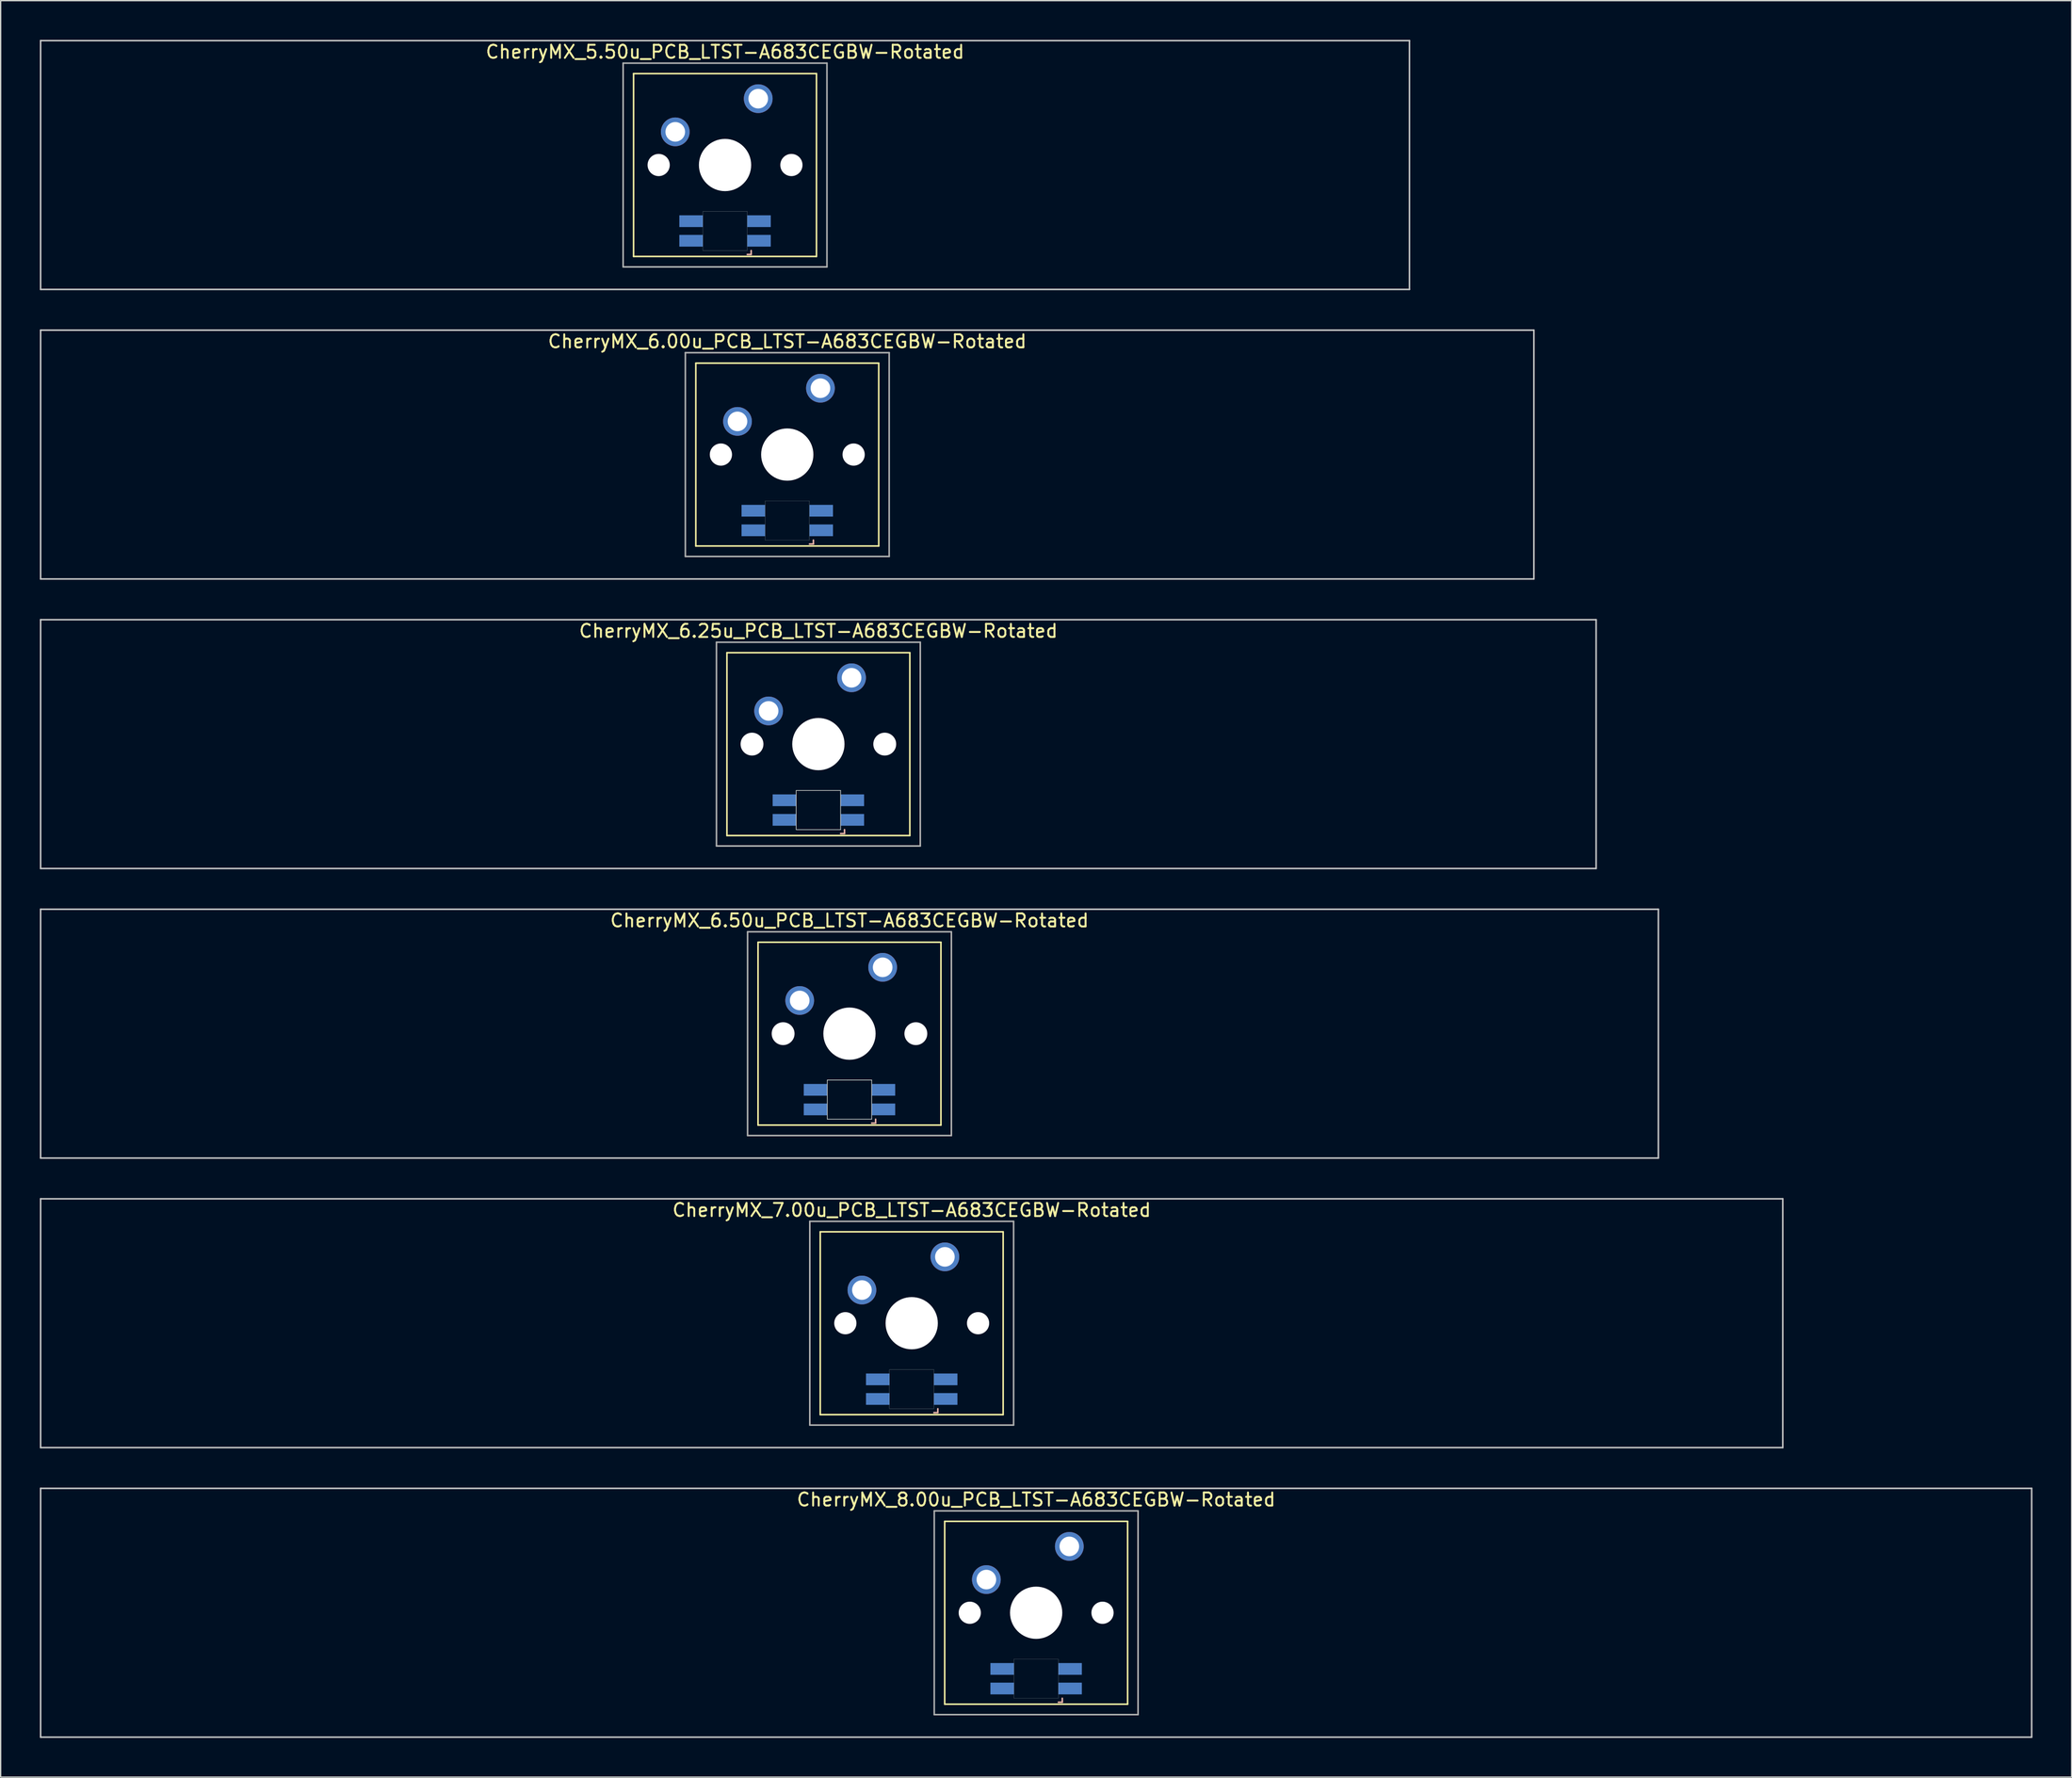
<source format=kicad_pcb>
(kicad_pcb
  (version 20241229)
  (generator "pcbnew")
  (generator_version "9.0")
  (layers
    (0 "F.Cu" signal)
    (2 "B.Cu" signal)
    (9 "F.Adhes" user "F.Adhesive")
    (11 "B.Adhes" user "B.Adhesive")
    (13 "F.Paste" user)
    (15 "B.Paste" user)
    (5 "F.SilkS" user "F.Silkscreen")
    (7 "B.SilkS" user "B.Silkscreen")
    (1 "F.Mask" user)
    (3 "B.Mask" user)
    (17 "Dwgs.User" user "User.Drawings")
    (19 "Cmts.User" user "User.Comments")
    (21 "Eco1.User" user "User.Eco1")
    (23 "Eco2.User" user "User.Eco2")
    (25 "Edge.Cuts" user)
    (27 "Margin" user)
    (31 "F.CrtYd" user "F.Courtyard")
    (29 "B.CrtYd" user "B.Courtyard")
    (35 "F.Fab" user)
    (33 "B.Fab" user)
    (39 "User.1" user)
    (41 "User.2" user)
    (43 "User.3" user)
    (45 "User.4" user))
  (footprint "CherryMX_7.00u_PCB_LTST-A683CEGBW-Rotated"
    (layer "F.Cu")
    (at 66.735 98.265)
    (property "Reference" "CherryMX_7.00u_PCB_LTST-A683CEGBW-Rotated" (at 0 -8.662 0) (layer "F.SilkS") (effects (font (size 1 1) (thickness 0.15))))
    (attr through_hole)
    (fp_line (start -7 -7) (end -7 7) (stroke (width 0.12) (type solid)) (layer "F.SilkS"))
    (fp_line (start -7 -7) (end 7 -7) (stroke (width 0.12) (type solid)) (layer "F.SilkS"))
    (fp_line (start 7 -7) (end 7 7) (stroke (width 0.12) (type solid)) (layer "F.SilkS"))
    (fp_line (start 7 7) (end -7 7) (stroke (width 0.12) (type solid)) (layer "F.SilkS"))
    (fp_line (start 1.7 6.85) (end 2 6.85) (stroke (width 0.12) (type solid)) (layer "B.SilkS"))
    (fp_line (start 2 6.85) (end 2 6.55) (stroke (width 0.12) (type solid)) (layer "B.SilkS"))
    (fp_line (start -66.675 -9.525) (end 66.675 -9.525) (stroke (width 0.12) (type solid)) (layer "Dwgs.User"))
    (fp_line (start -66.675 9.525) (end -66.675 -9.525) (stroke (width 0.12) (type solid)) (layer "Dwgs.User"))
    (fp_line (start 66.675 -9.525) (end 66.675 9.525) (stroke (width 0.12) (type solid)) (layer "Dwgs.User"))
    (fp_line (start 66.675 9.525) (end -66.675 9.525) (stroke (width 0.12) (type solid)) (layer "Dwgs.User"))
    (fp_poly (pts (xy -1.7 3.55) (xy 1.7 3.55) (xy 1.7 6.55) (xy -1.7 6.55)) (stroke (width 0.01) (type solid)) (fill no) (layer "Edge.Cuts"))
    (fp_line (start -7.8 -7.8) (end -7.8 7.8) (stroke (width 0.12) (type solid)) (layer "F.Fab"))
    (fp_line (start -7.8 -7.8) (end 7.8 -7.8) (stroke (width 0.12) (type solid)) (layer "F.Fab"))
    (fp_line (start -7.8 7.8) (end 7.8 7.8) (stroke (width 0.12) (type solid)) (layer "F.Fab"))
    (fp_line (start 7.8 -7.8) (end 7.8 7.8) (stroke (width 0.12) (type solid)) (layer "F.Fab"))
    (pad "" np_thru_hole circle (at -5.08 0) (size 1.7 1.7) (drill 1.7) (layers "*.Cu" "*.Mask"))
    (pad "" np_thru_hole circle (at 0 0) (size 4 4) (drill 4) (layers "*.Cu" "*.Mask"))
    (pad "" np_thru_hole circle (at 5.08 0) (size 1.7 1.7) (drill 1.7) (layers "*.Cu" "*.Mask"))
    (pad "1" thru_hole circle (at -3.81 -2.54) (size 2.2 2.2) (drill 1.5) (layers "*.Cu" "*.Mask"))
    (pad "2" thru_hole circle (at 2.54 -5.08) (size 2.2 2.2) (drill 1.5) (layers "*.Cu" "*.Mask"))
    (pad "3" smd rect (at 2.6 5.8 180) (size 1.8 0.9) (layers "B.Cu" "B.Mask" "B.Paste"))
    (pad "4" smd rect (at 2.6 4.3 180) (size 1.8 0.9) (layers "B.Cu" "B.Mask" "B.Paste"))
    (pad "5" smd rect (at -2.6 5.8 180) (size 1.8 0.9) (layers "B.Cu" "B.Mask" "B.Paste"))
    (pad "6" smd rect (at -2.6 4.3 180) (size 1.8 0.9) (layers "B.Cu" "B.Mask" "B.Paste")))
  (footprint "CherryMX_6.00u_PCB_LTST-A683CEGBW-Rotated"
    (layer "F.Cu")
    (at 57.21 31.755)
    (property "Reference" "CherryMX_6.00u_PCB_LTST-A683CEGBW-Rotated" (at 0 -8.662 0) (layer "F.SilkS") (effects (font (size 1 1) (thickness 0.15))))
    (attr through_hole)
    (fp_line (start -7 -7) (end -7 7) (stroke (width 0.12) (type solid)) (layer "F.SilkS"))
    (fp_line (start -7 -7) (end 7 -7) (stroke (width 0.12) (type solid)) (layer "F.SilkS"))
    (fp_line (start 7 -7) (end 7 7) (stroke (width 0.12) (type solid)) (layer "F.SilkS"))
    (fp_line (start 7 7) (end -7 7) (stroke (width 0.12) (type solid)) (layer "F.SilkS"))
    (fp_line (start 1.7 6.85) (end 2 6.85) (stroke (width 0.12) (type solid)) (layer "B.SilkS"))
    (fp_line (start 2 6.85) (end 2 6.55) (stroke (width 0.12) (type solid)) (layer "B.SilkS"))
    (fp_line (start -57.15 -9.525) (end 57.15 -9.525) (stroke (width 0.12) (type solid)) (layer "Dwgs.User"))
    (fp_line (start -57.15 9.525) (end -57.15 -9.525) (stroke (width 0.12) (type solid)) (layer "Dwgs.User"))
    (fp_line (start 57.15 -9.525) (end 57.15 9.525) (stroke (width 0.12) (type solid)) (layer "Dwgs.User"))
    (fp_line (start 57.15 9.525) (end -57.15 9.525) (stroke (width 0.12) (type solid)) (layer "Dwgs.User"))
    (fp_poly (pts (xy -1.7 3.55) (xy 1.7 3.55) (xy 1.7 6.55) (xy -1.7 6.55)) (stroke (width 0.01) (type solid)) (fill no) (layer "Edge.Cuts"))
    (fp_line (start -7.8 -7.8) (end -7.8 7.8) (stroke (width 0.12) (type solid)) (layer "F.Fab"))
    (fp_line (start -7.8 -7.8) (end 7.8 -7.8) (stroke (width 0.12) (type solid)) (layer "F.Fab"))
    (fp_line (start -7.8 7.8) (end 7.8 7.8) (stroke (width 0.12) (type solid)) (layer "F.Fab"))
    (fp_line (start 7.8 -7.8) (end 7.8 7.8) (stroke (width 0.12) (type solid)) (layer "F.Fab"))
    (pad "" np_thru_hole circle (at -5.08 0) (size 1.7 1.7) (drill 1.7) (layers "*.Cu" "*.Mask"))
    (pad "" np_thru_hole circle (at 0 0) (size 4 4) (drill 4) (layers "*.Cu" "*.Mask"))
    (pad "" np_thru_hole circle (at 5.08 0) (size 1.7 1.7) (drill 1.7) (layers "*.Cu" "*.Mask"))
    (pad "1" thru_hole circle (at -3.81 -2.54) (size 2.2 2.2) (drill 1.5) (layers "*.Cu" "*.Mask"))
    (pad "2" thru_hole circle (at 2.54 -5.08) (size 2.2 2.2) (drill 1.5) (layers "*.Cu" "*.Mask"))
    (pad "3" smd rect (at 2.6 5.8 180) (size 1.8 0.9) (layers "B.Cu" "B.Mask" "B.Paste"))
    (pad "4" smd rect (at 2.6 4.3 180) (size 1.8 0.9) (layers "B.Cu" "B.Mask" "B.Paste"))
    (pad "5" smd rect (at -2.6 5.8 180) (size 1.8 0.9) (layers "B.Cu" "B.Mask" "B.Paste"))
    (pad "6" smd rect (at -2.6 4.3 180) (size 1.8 0.9) (layers "B.Cu" "B.Mask" "B.Paste")))
  (footprint "CherryMX_6.25u_PCB_LTST-A683CEGBW-Rotated"
    (layer "F.Cu")
    (at 59.591 53.925)
    (property "Reference" "CherryMX_6.25u_PCB_LTST-A683CEGBW-Rotated" (at 0 -8.662 0) (layer "F.SilkS") (effects (font (size 1 1) (thickness 0.15))))
    (attr through_hole)
    (fp_line (start -7 -7) (end -7 7) (stroke (width 0.12) (type solid)) (layer "F.SilkS"))
    (fp_line (start -7 -7) (end 7 -7) (stroke (width 0.12) (type solid)) (layer "F.SilkS"))
    (fp_line (start 7 -7) (end 7 7) (stroke (width 0.12) (type solid)) (layer "F.SilkS"))
    (fp_line (start 7 7) (end -7 7) (stroke (width 0.12) (type solid)) (layer "F.SilkS"))
    (fp_line (start 1.7 6.85) (end 2 6.85) (stroke (width 0.12) (type solid)) (layer "B.SilkS"))
    (fp_line (start 2 6.85) (end 2 6.55) (stroke (width 0.12) (type solid)) (layer "B.SilkS"))
    (fp_line (start -59.531 -9.525) (end 59.531 -9.525) (stroke (width 0.12) (type solid)) (layer "Dwgs.User"))
    (fp_line (start -59.531 9.525) (end -59.531 -9.525) (stroke (width 0.12) (type solid)) (layer "Dwgs.User"))
    (fp_line (start 59.531 -9.525) (end 59.531 9.525) (stroke (width 0.12) (type solid)) (layer "Dwgs.User"))
    (fp_line (start 59.531 9.525) (end -59.531 9.525) (stroke (width 0.12) (type solid)) (layer "Dwgs.User"))
    (fp_line (start -1.7 3.55) (end 1.7 3.55) (stroke (width 0.05) (type solid)) (layer "Edge.Cuts"))
    (fp_line (start -1.7 6.55) (end -1.7 3.55) (stroke (width 0.05) (type solid)) (layer "Edge.Cuts"))
    (fp_line (start 1.7 3.55) (end 1.7 6.55) (stroke (width 0.05) (type solid)) (layer "Edge.Cuts"))
    (fp_line (start 1.7 6.55) (end -1.7 6.55) (stroke (width 0.05) (type solid)) (layer "Edge.Cuts"))
    (fp_line (start -7.8 -7.8) (end -7.8 7.8) (stroke (width 0.12) (type solid)) (layer "F.Fab"))
    (fp_line (start -7.8 -7.8) (end 7.8 -7.8) (stroke (width 0.12) (type solid)) (layer "F.Fab"))
    (fp_line (start -7.8 7.8) (end 7.8 7.8) (stroke (width 0.12) (type solid)) (layer "F.Fab"))
    (fp_line (start 7.8 -7.8) (end 7.8 7.8) (stroke (width 0.12) (type solid)) (layer "F.Fab"))
    (pad "" np_thru_hole circle (at -5.08 0) (size 1.75 1.75) (drill 1.75) (layers "*.Cu" "*.Mask"))
    (pad "" np_thru_hole circle (at 0 0) (size 4 4) (drill 4) (layers "*.Cu" "*.Mask"))
    (pad "" np_thru_hole circle (at 5.08 0) (size 1.75 1.75) (drill 1.75) (layers "*.Cu" "*.Mask"))
    (pad "1" thru_hole circle (at -3.81 -2.54) (size 2.2 2.2) (drill 1.5) (layers "*.Cu" "*.Mask"))
    (pad "2" thru_hole circle (at 2.54 -5.08) (size 2.2 2.2) (drill 1.5) (layers "*.Cu" "*.Mask"))
    (pad "3" smd rect (at 2.6 5.8 180) (size 1.8 0.9) (layers "B.Cu" "B.Mask" "B.Paste"))
    (pad "4" smd rect (at 2.6 4.3 180) (size 1.8 0.9) (layers "B.Cu" "B.Mask" "B.Paste"))
    (pad "5" smd rect (at -2.6 5.8 180) (size 1.8 0.9) (layers "B.Cu" "B.Mask" "B.Paste"))
    (pad "6" smd rect (at -2.6 4.3 180) (size 1.8 0.9) (layers "B.Cu" "B.Mask" "B.Paste")))
  (footprint "CherryMX_8.00u_PCB_LTST-A683CEGBW-Rotated"
    (layer "F.Cu")
    (at 76.26 120.435)
    (property "Reference" "CherryMX_8.00u_PCB_LTST-A683CEGBW-Rotated" (at 0 -8.662 0) (layer "F.SilkS") (effects (font (size 1 1) (thickness 0.15))))
    (attr through_hole)
    (fp_line (start -7 -7) (end -7 7) (stroke (width 0.12) (type solid)) (layer "F.SilkS"))
    (fp_line (start -7 -7) (end 7 -7) (stroke (width 0.12) (type solid)) (layer "F.SilkS"))
    (fp_line (start 7 -7) (end 7 7) (stroke (width 0.12) (type solid)) (layer "F.SilkS"))
    (fp_line (start 7 7) (end -7 7) (stroke (width 0.12) (type solid)) (layer "F.SilkS"))
    (fp_line (start 1.7 6.85) (end 2 6.85) (stroke (width 0.12) (type solid)) (layer "B.SilkS"))
    (fp_line (start 2 6.85) (end 2 6.55) (stroke (width 0.12) (type solid)) (layer "B.SilkS"))
    (fp_line (start -76.2 -9.525) (end 76.2 -9.525) (stroke (width 0.12) (type solid)) (layer "Dwgs.User"))
    (fp_line (start -76.2 9.525) (end -76.2 -9.525) (stroke (width 0.12) (type solid)) (layer "Dwgs.User"))
    (fp_line (start 76.2 -9.525) (end 76.2 9.525) (stroke (width 0.12) (type solid)) (layer "Dwgs.User"))
    (fp_line (start 76.2 9.525) (end -76.2 9.525) (stroke (width 0.12) (type solid)) (layer "Dwgs.User"))
    (fp_poly (pts (xy -1.7 3.55) (xy 1.7 3.55) (xy 1.7 6.55) (xy -1.7 6.55)) (stroke (width 0.01) (type solid)) (fill no) (layer "Edge.Cuts"))
    (fp_line (start -7.8 -7.8) (end -7.8 7.8) (stroke (width 0.12) (type solid)) (layer "F.Fab"))
    (fp_line (start -7.8 -7.8) (end 7.8 -7.8) (stroke (width 0.12) (type solid)) (layer "F.Fab"))
    (fp_line (start -7.8 7.8) (end 7.8 7.8) (stroke (width 0.12) (type solid)) (layer "F.Fab"))
    (fp_line (start 7.8 -7.8) (end 7.8 7.8) (stroke (width 0.12) (type solid)) (layer "F.Fab"))
    (pad "" np_thru_hole circle (at -5.08 0) (size 1.7 1.7) (drill 1.7) (layers "*.Cu" "*.Mask"))
    (pad "" np_thru_hole circle (at 0 0) (size 4 4) (drill 4) (layers "*.Cu" "*.Mask"))
    (pad "" np_thru_hole circle (at 5.08 0) (size 1.7 1.7) (drill 1.7) (layers "*.Cu" "*.Mask"))
    (pad "1" thru_hole circle (at -3.81 -2.54) (size 2.2 2.2) (drill 1.5) (layers "*.Cu" "*.Mask"))
    (pad "2" thru_hole circle (at 2.54 -5.08) (size 2.2 2.2) (drill 1.5) (layers "*.Cu" "*.Mask"))
    (pad "3" smd rect (at 2.6 5.8 180) (size 1.8 0.9) (layers "B.Cu" "B.Mask" "B.Paste"))
    (pad "4" smd rect (at 2.6 4.3 180) (size 1.8 0.9) (layers "B.Cu" "B.Mask" "B.Paste"))
    (pad "5" smd rect (at -2.6 5.8 180) (size 1.8 0.9) (layers "B.Cu" "B.Mask" "B.Paste"))
    (pad "6" smd rect (at -2.6 4.3 180) (size 1.8 0.9) (layers "B.Cu" "B.Mask" "B.Paste")))
  (footprint "CherryMX_6.50u_PCB_LTST-A683CEGBW-Rotated"
    (layer "F.Cu")
    (at 61.972 76.095)
    (property "Reference" "CherryMX_6.50u_PCB_LTST-A683CEGBW-Rotated" (at 0 -8.662 0) (layer "F.SilkS") (effects (font (size 1 1) (thickness 0.15))))
    (attr through_hole)
    (fp_line (start -7 -7) (end -7 7) (stroke (width 0.12) (type solid)) (layer "F.SilkS"))
    (fp_line (start -7 -7) (end 7 -7) (stroke (width 0.12) (type solid)) (layer "F.SilkS"))
    (fp_line (start 7 -7) (end 7 7) (stroke (width 0.12) (type solid)) (layer "F.SilkS"))
    (fp_line (start 7 7) (end -7 7) (stroke (width 0.12) (type solid)) (layer "F.SilkS"))
    (fp_line (start 1.7 6.85) (end 2 6.85) (stroke (width 0.12) (type solid)) (layer "B.SilkS"))
    (fp_line (start 2 6.85) (end 2 6.55) (stroke (width 0.12) (type solid)) (layer "B.SilkS"))
    (fp_line (start -61.913 -9.525) (end 61.913 -9.525) (stroke (width 0.12) (type solid)) (layer "Dwgs.User"))
    (fp_line (start -61.913 9.525) (end -61.913 -9.525) (stroke (width 0.12) (type solid)) (layer "Dwgs.User"))
    (fp_line (start 61.913 -9.525) (end 61.913 9.525) (stroke (width 0.12) (type solid)) (layer "Dwgs.User"))
    (fp_line (start 61.913 9.525) (end -61.913 9.525) (stroke (width 0.12) (type solid)) (layer "Dwgs.User"))
    (fp_line (start -1.7 3.55) (end 1.7 3.55) (stroke (width 0.05) (type solid)) (layer "Edge.Cuts"))
    (fp_line (start -1.7 6.55) (end -1.7 3.55) (stroke (width 0.05) (type solid)) (layer "Edge.Cuts"))
    (fp_line (start 1.7 3.55) (end 1.7 6.55) (stroke (width 0.05) (type solid)) (layer "Edge.Cuts"))
    (fp_line (start 1.7 6.55) (end -1.7 6.55) (stroke (width 0.05) (type solid)) (layer "Edge.Cuts"))
    (fp_line (start -7.8 -7.8) (end -7.8 7.8) (stroke (width 0.12) (type solid)) (layer "F.Fab"))
    (fp_line (start -7.8 -7.8) (end 7.8 -7.8) (stroke (width 0.12) (type solid)) (layer "F.Fab"))
    (fp_line (start -7.8 7.8) (end 7.8 7.8) (stroke (width 0.12) (type solid)) (layer "F.Fab"))
    (fp_line (start 7.8 -7.8) (end 7.8 7.8) (stroke (width 0.12) (type solid)) (layer "F.Fab"))
    (pad "" np_thru_hole circle (at -5.08 0) (size 1.75 1.75) (drill 1.75) (layers "*.Cu" "*.Mask"))
    (pad "" np_thru_hole circle (at 0 0) (size 4 4) (drill 4) (layers "*.Cu" "*.Mask"))
    (pad "" np_thru_hole circle (at 5.08 0) (size 1.75 1.75) (drill 1.75) (layers "*.Cu" "*.Mask"))
    (pad "1" thru_hole circle (at -3.81 -2.54) (size 2.2 2.2) (drill 1.5) (layers "*.Cu" "*.Mask"))
    (pad "2" thru_hole circle (at 2.54 -5.08) (size 2.2 2.2) (drill 1.5) (layers "*.Cu" "*.Mask"))
    (pad "3" smd rect (at 2.6 5.8) (size 1.8 0.9) (layers "B.Cu" "B.Mask" "B.Paste"))
    (pad "4" smd rect (at 2.6 4.3) (size 1.8 0.9) (layers "B.Cu" "B.Mask" "B.Paste"))
    (pad "5" smd rect (at -2.6 5.8) (size 1.8 0.9) (layers "B.Cu" "B.Mask" "B.Paste"))
    (pad "6" smd rect (at -2.6 4.3) (size 1.8 0.9) (layers "B.Cu" "B.Mask" "B.Paste")))
  (footprint "CherryMX_5.50u_PCB_LTST-A683CEGBW-Rotated"
    (layer "F.Cu")
    (at 52.447 9.585)
    (property "Reference" "CherryMX_5.50u_PCB_LTST-A683CEGBW-Rotated" (at 0 -8.662 0) (layer "F.SilkS") (effects (font (size 1 1) (thickness 0.15))))
    (attr through_hole)
    (fp_line (start -7 -7) (end -7 7) (stroke (width 0.12) (type solid)) (layer "F.SilkS"))
    (fp_line (start -7 -7) (end 7 -7) (stroke (width 0.12) (type solid)) (layer "F.SilkS"))
    (fp_line (start 7 -7) (end 7 7) (stroke (width 0.12) (type solid)) (layer "F.SilkS"))
    (fp_line (start 7 7) (end -7 7) (stroke (width 0.12) (type solid)) (layer "F.SilkS"))
    (fp_line (start 1.7 6.85) (end 2 6.85) (stroke (width 0.12) (type solid)) (layer "B.SilkS"))
    (fp_line (start 2 6.85) (end 2 6.55) (stroke (width 0.12) (type solid)) (layer "B.SilkS"))
    (fp_line (start -52.388 -9.525) (end 52.388 -9.525) (stroke (width 0.12) (type solid)) (layer "Dwgs.User"))
    (fp_line (start -52.388 9.525) (end -52.388 -9.525) (stroke (width 0.12) (type solid)) (layer "Dwgs.User"))
    (fp_line (start 52.388 -9.525) (end 52.388 9.525) (stroke (width 0.12) (type solid)) (layer "Dwgs.User"))
    (fp_line (start 52.388 9.525) (end -52.388 9.525) (stroke (width 0.12) (type solid)) (layer "Dwgs.User"))
    (fp_poly (pts (xy -1.7 3.55) (xy 1.7 3.55) (xy 1.7 6.55) (xy -1.7 6.55)) (stroke (width 0.01) (type solid)) (fill no) (layer "Edge.Cuts"))
    (fp_line (start -7.8 -7.8) (end -7.8 7.8) (stroke (width 0.12) (type solid)) (layer "F.Fab"))
    (fp_line (start -7.8 -7.8) (end 7.8 -7.8) (stroke (width 0.12) (type solid)) (layer "F.Fab"))
    (fp_line (start -7.8 7.8) (end 7.8 7.8) (stroke (width 0.12) (type solid)) (layer "F.Fab"))
    (fp_line (start 7.8 -7.8) (end 7.8 7.8) (stroke (width 0.12) (type solid)) (layer "F.Fab"))
    (pad "" np_thru_hole circle (at -5.08 0) (size 1.7 1.7) (drill 1.7) (layers "*.Cu" "*.Mask"))
    (pad "" np_thru_hole circle (at 0 0) (size 4 4) (drill 4) (layers "*.Cu" "*.Mask"))
    (pad "" np_thru_hole circle (at 5.08 0) (size 1.7 1.7) (drill 1.7) (layers "*.Cu" "*.Mask"))
    (pad "1" thru_hole circle (at -3.81 -2.54) (size 2.2 2.2) (drill 1.5) (layers "*.Cu" "*.Mask"))
    (pad "2" thru_hole circle (at 2.54 -5.08) (size 2.2 2.2) (drill 1.5) (layers "*.Cu" "*.Mask"))
    (pad "3" smd rect (at 2.6 5.8 180) (size 1.8 0.9) (layers "B.Cu" "B.Mask" "B.Paste"))
    (pad "4" smd rect (at 2.6 4.3 180) (size 1.8 0.9) (layers "B.Cu" "B.Mask" "B.Paste"))
    (pad "5" smd rect (at -2.6 5.8 180) (size 1.8 0.9) (layers "B.Cu" "B.Mask" "B.Paste"))
    (pad "6" smd rect (at -2.6 4.3 180) (size 1.8 0.9) (layers "B.Cu" "B.Mask" "B.Paste")))
  (gr_rect
    (start -3 -3)
    (end 155.52 133.02)
    (stroke (width 0.1) (type default))
    (fill no)
    (layer "Edge.Cuts")))
</source>
